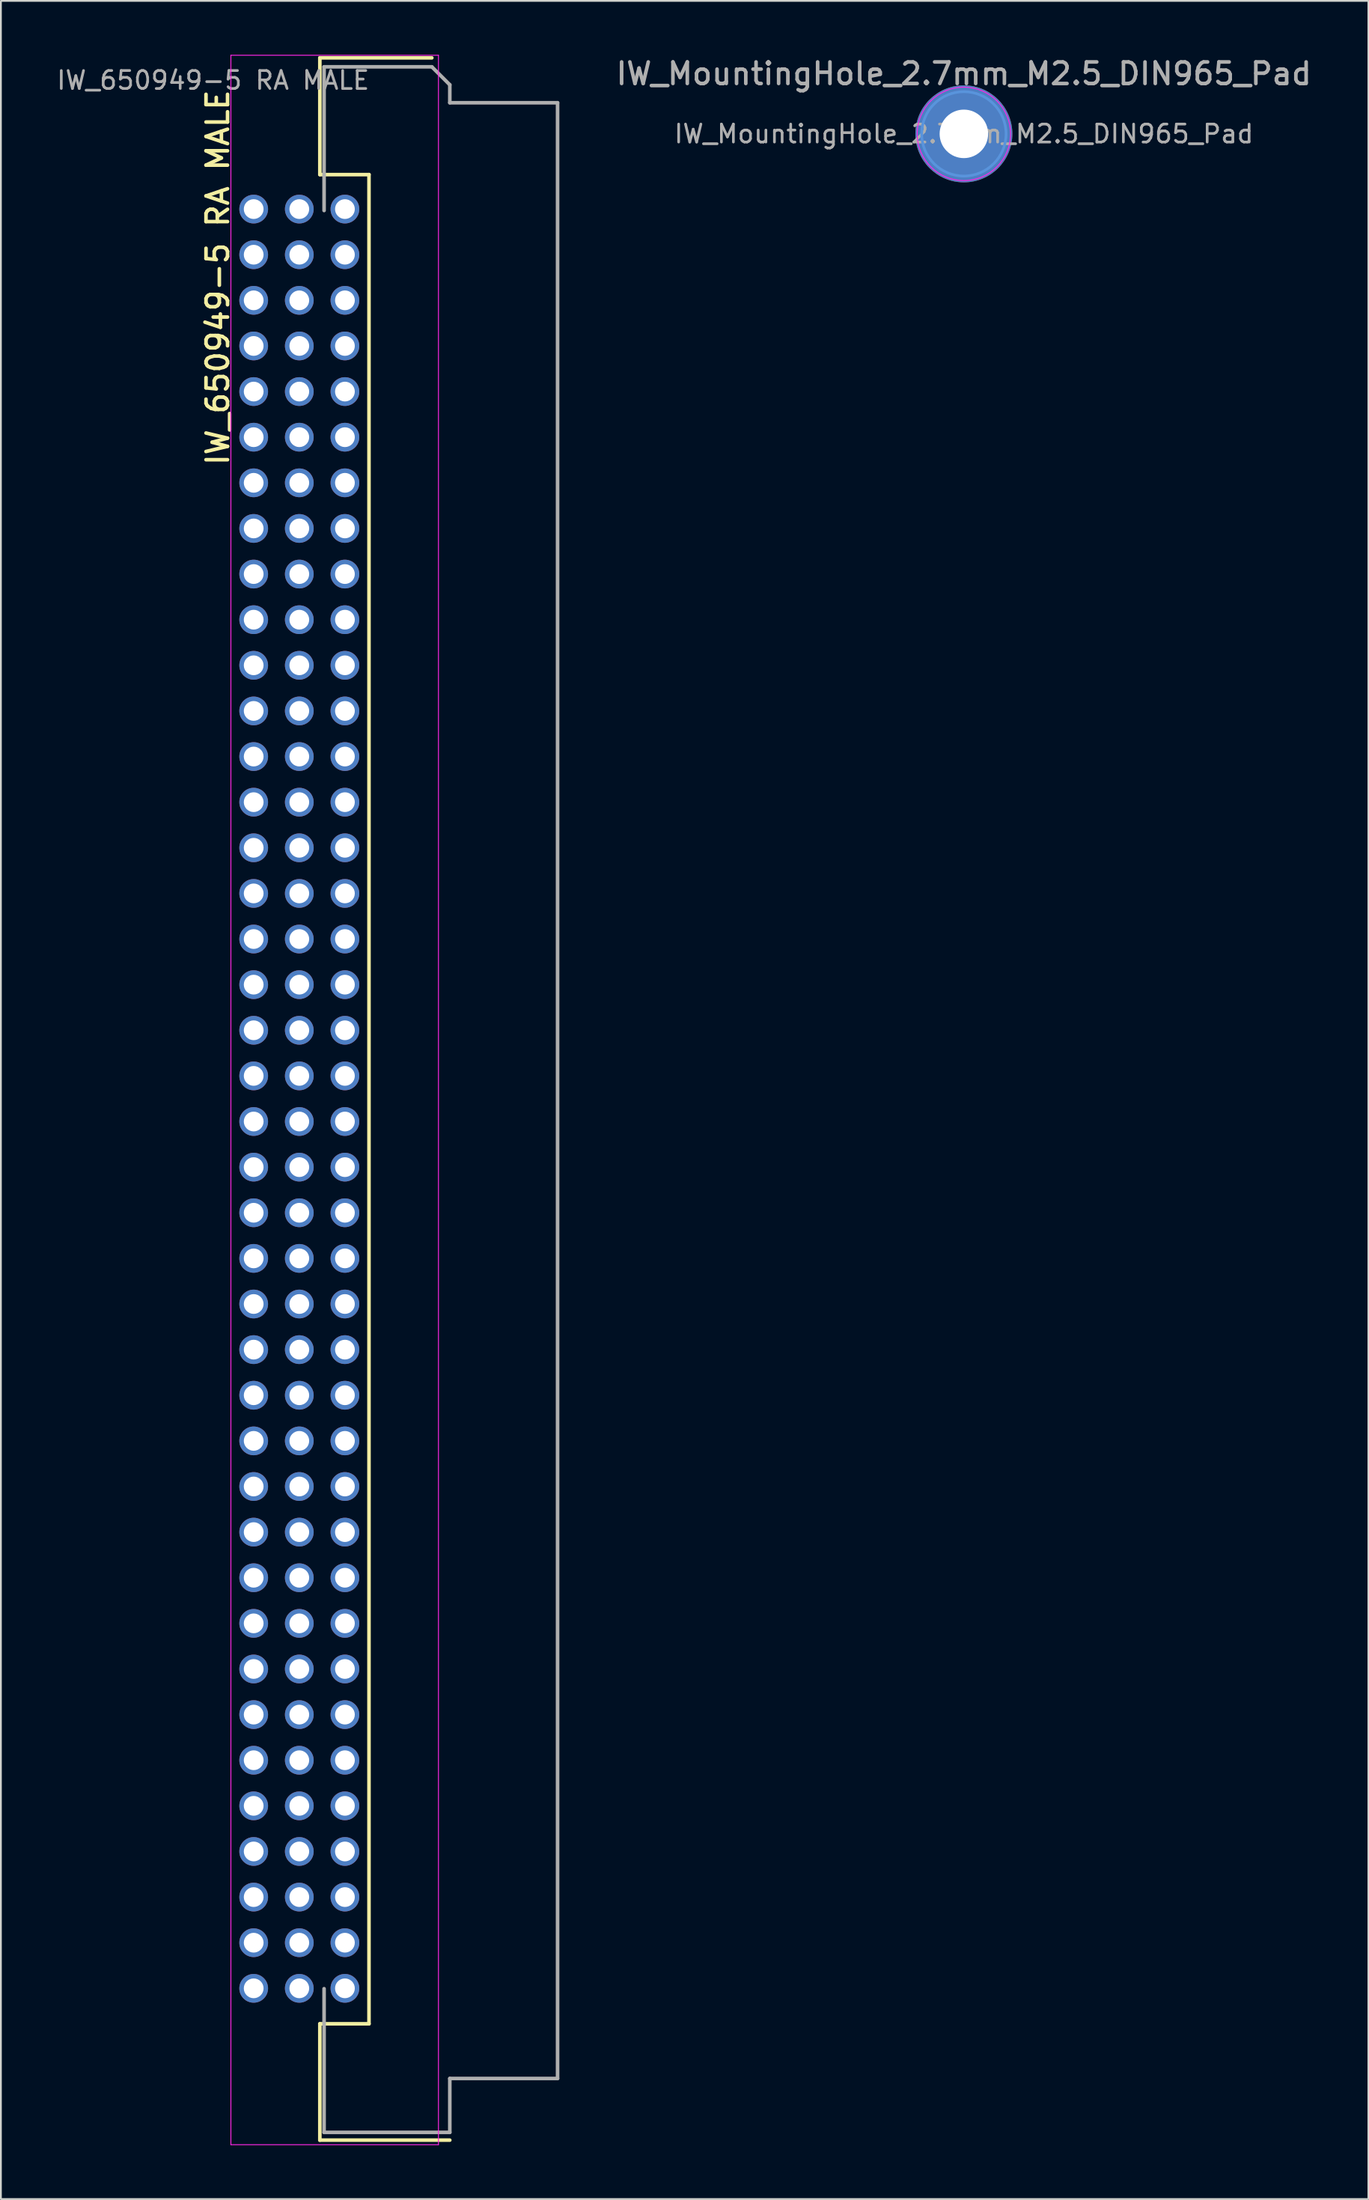
<source format=kicad_pcb>
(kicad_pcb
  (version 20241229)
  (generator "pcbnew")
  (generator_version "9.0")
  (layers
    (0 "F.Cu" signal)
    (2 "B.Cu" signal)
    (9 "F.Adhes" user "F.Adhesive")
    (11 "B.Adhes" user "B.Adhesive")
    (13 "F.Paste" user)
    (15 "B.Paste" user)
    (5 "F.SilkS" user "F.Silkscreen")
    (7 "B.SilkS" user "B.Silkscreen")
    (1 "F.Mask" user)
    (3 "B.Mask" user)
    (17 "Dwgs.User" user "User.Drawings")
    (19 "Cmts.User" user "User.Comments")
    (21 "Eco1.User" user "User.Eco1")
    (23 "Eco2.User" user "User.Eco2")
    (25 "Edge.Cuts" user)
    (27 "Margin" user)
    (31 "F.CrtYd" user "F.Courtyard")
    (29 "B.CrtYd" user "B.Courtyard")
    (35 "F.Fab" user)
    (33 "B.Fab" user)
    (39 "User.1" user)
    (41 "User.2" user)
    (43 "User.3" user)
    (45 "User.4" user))
  (footprint "IW_650949-5 RA MALE"
    (layer "F.Cu")
    (at 18.315 56.921)
    (property "Reference" "IW_650949-5 RA MALE" (at -9.24 -44.52 90) (unlocked yes) (layer "F.SilkS") (effects (font (size 1.2 1.2) (thickness 0.2) (bold yes))))
    (attr through_hole)
    (fp_line (start -3.556 -56.75) (end 2.68 -56.75) (stroke (width 0.2) (type default)) (layer "F.SilkS"))
    (fp_line (start -3.556 -50.25) (end -3.556 -56.75) (stroke (width 0.2) (type default)) (layer "F.SilkS"))
    (fp_line (start -3.556 52.705) (end -0.82 52.705) (stroke (width 0.2) (type default)) (layer "F.SilkS"))
    (fp_line (start -3.556 59.182) (end -3.556 52.705) (stroke (width 0.2) (type default)) (layer "F.SilkS"))
    (fp_line (start -0.82 -50.25) (end -3.556 -50.25) (stroke (width 0.2) (type default)) (layer "F.SilkS"))
    (fp_line (start -0.82 52.705) (end -0.82 -50.25) (stroke (width 0.2) (type default)) (layer "F.SilkS"))
    (fp_line (start 3.68 59.182) (end -3.556 59.182) (stroke (width 0.2) (type default)) (layer "F.SilkS"))
    (fp_line (start -8.509 -56.896) (end -8.509 59.436) (stroke (width 0.05) (type default)) (layer "F.CrtYd"))
    (fp_line (start -8.509 59.436) (end 3.048 59.436) (stroke (width 0.05) (type default)) (layer "F.CrtYd"))
    (fp_line (start 3.048 -56.896) (end -8.509 -56.896) (stroke (width 0.05) (type default)) (layer "F.CrtYd"))
    (fp_line (start 3.048 59.436) (end 3.048 -56.896) (stroke (width 0.05) (type default)) (layer "F.CrtYd"))
    (fp_line (start -3.32 -56.25) (end 2.68 -56.25) (stroke (width 0.2) (type default)) (layer "F.Fab"))
    (fp_line (start -3.32 -48.25) (end -3.32 -56.25) (stroke (width 0.2) (type default)) (layer "F.Fab"))
    (fp_line (start -3.32 50.75) (end -3.32 58.75) (stroke (width 0.2) (type default)) (layer "F.Fab"))
    (fp_line (start -3.32 58.75) (end 3.68 58.75) (stroke (width 0.2) (type default)) (layer "F.Fab"))
    (fp_line (start 2.68 -56.25) (end 3.68 -55.25) (stroke (width 0.2) (type default)) (layer "F.Fab"))
    (fp_line (start 3.68 -55.25) (end 3.68 -54.25) (stroke (width 0.2) (type default)) (layer "F.Fab"))
    (fp_line (start 3.68 -54.25) (end 9.68 -54.25) (stroke (width 0.2) (type default)) (layer "F.Fab"))
    (fp_line (start 3.68 55.75) (end 9.68 55.75) (stroke (width 0.2) (type default)) (layer "F.Fab"))
    (fp_line (start 3.68 58.75) (end 3.68 55.75) (stroke (width 0.2) (type default)) (layer "F.Fab"))
    (fp_line (start 9.68 55.75) (end 9.68 -54.25) (stroke (width 0.2) (type default)) (layer "F.Fab"))
    (fp_text user "${REFERENCE}" (at -9.5 -55.5 0) (unlocked yes) (layer "F.Fab") (effects (font (size 1 1) (thickness 0.15))))
    (pad "A1" thru_hole circle (at -2.16 -48.33) (size 1.6 1.6) (drill 1.1) (layers "*.Cu" "*.Mask"))
    (pad "A2" thru_hole circle (at -2.16 -45.79) (size 1.6 1.6) (drill 1.1) (layers "*.Cu" "*.Mask"))
    (pad "A3" thru_hole circle (at -2.16 -43.25) (size 1.6 1.6) (drill 1.1) (layers "*.Cu" "*.Mask"))
    (pad "A4" thru_hole circle (at -2.16 -40.71) (size 1.6 1.6) (drill 1.1) (layers "*.Cu" "*.Mask"))
    (pad "A5" thru_hole circle (at -2.16 -38.17) (size 1.6 1.6) (drill 1.1) (layers "*.Cu" "*.Mask"))
    (pad "A6" thru_hole circle (at -2.16 -35.63) (size 1.6 1.6) (drill 1.1) (layers "*.Cu" "*.Mask"))
    (pad "A7" thru_hole circle (at -2.16 -33.09) (size 1.6 1.6) (drill 1.1) (layers "*.Cu" "*.Mask"))
    (pad "A8" thru_hole circle (at -2.16 -30.55) (size 1.6 1.6) (drill 1.1) (layers "*.Cu" "*.Mask"))
    (pad "A9" thru_hole circle (at -2.16 -28.01) (size 1.6 1.6) (drill 1.1) (layers "*.Cu" "*.Mask"))
    (pad "A10" thru_hole circle (at -2.16 -25.47) (size 1.6 1.6) (drill 1.1) (layers "*.Cu" "*.Mask"))
    (pad "A11" thru_hole circle (at -2.16 -22.93) (size 1.6 1.6) (drill 1.1) (layers "*.Cu" "*.Mask"))
    (pad "A12" thru_hole circle (at -2.16 -20.39) (size 1.6 1.6) (drill 1.1) (layers "*.Cu" "*.Mask"))
    (pad "A13" thru_hole circle (at -2.16 -17.85) (size 1.6 1.6) (drill 1.1) (layers "*.Cu" "*.Mask"))
    (pad "A14" thru_hole circle (at -2.16 -15.31) (size 1.6 1.6) (drill 1.1) (layers "*.Cu" "*.Mask"))
    (pad "A15" thru_hole circle (at -2.16 -12.77) (size 1.6 1.6) (drill 1.1) (layers "*.Cu" "*.Mask"))
    (pad "A16" thru_hole circle (at -2.16 -10.23) (size 1.6 1.6) (drill 1.1) (layers "*.Cu" "*.Mask"))
    (pad "A17" thru_hole circle (at -2.16 -7.69) (size 1.6 1.6) (drill 1.1) (layers "*.Cu" "*.Mask"))
    (pad "A18" thru_hole circle (at -2.16 -5.15) (size 1.6 1.6) (drill 1.1) (layers "*.Cu" "*.Mask"))
    (pad "A19" thru_hole circle (at -2.16 -2.61) (size 1.6 1.6) (drill 1.1) (layers "*.Cu" "*.Mask"))
    (pad "A20" thru_hole circle (at -2.16 -0.07) (size 1.6 1.6) (drill 1.1) (layers "*.Cu" "*.Mask"))
    (pad "A21" thru_hole circle (at -2.16 2.47) (size 1.6 1.6) (drill 1.1) (layers "*.Cu" "*.Mask"))
    (pad "A22" thru_hole circle (at -2.16 5.01) (size 1.6 1.6) (drill 1.1) (layers "*.Cu" "*.Mask"))
    (pad "A23" thru_hole circle (at -2.16 7.55) (size 1.6 1.6) (drill 1.1) (layers "*.Cu" "*.Mask"))
    (pad "A24" thru_hole circle (at -2.16 10.09) (size 1.6 1.6) (drill 1.1) (layers "*.Cu" "*.Mask"))
    (pad "A25" thru_hole circle (at -2.16 12.63) (size 1.6 1.6) (drill 1.1) (layers "*.Cu" "*.Mask"))
    (pad "A26" thru_hole circle (at -2.16 15.17) (size 1.6 1.6) (drill 1.1) (layers "*.Cu" "*.Mask"))
    (pad "A27" thru_hole circle (at -2.16 17.71) (size 1.6 1.6) (drill 1.1) (layers "*.Cu" "*.Mask"))
    (pad "A28" thru_hole circle (at -2.16 20.25) (size 1.6 1.6) (drill 1.1) (layers "*.Cu" "*.Mask"))
    (pad "A29" thru_hole circle (at -2.16 22.79) (size 1.6 1.6) (drill 1.1) (layers "*.Cu" "*.Mask"))
    (pad "A30" thru_hole circle (at -2.16 25.33) (size 1.6 1.6) (drill 1.1) (layers "*.Cu" "*.Mask"))
    (pad "A31" thru_hole circle (at -2.16 27.87) (size 1.6 1.6) (drill 1.1) (layers "*.Cu" "*.Mask"))
    (pad "A32" thru_hole circle (at -2.16 30.41) (size 1.6 1.6) (drill 1.1) (layers "*.Cu" "*.Mask"))
    (pad "A33" thru_hole circle (at -2.16 32.95) (size 1.6 1.6) (drill 1.1) (layers "*.Cu" "*.Mask"))
    (pad "A34" thru_hole circle (at -2.16 35.49) (size 1.6 1.6) (drill 1.1) (layers "*.Cu" "*.Mask"))
    (pad "A35" thru_hole circle (at -2.16 38.03) (size 1.6 1.6) (drill 1.1) (layers "*.Cu" "*.Mask"))
    (pad "A36" thru_hole circle (at -2.16 40.57) (size 1.6 1.6) (drill 1.1) (layers "*.Cu" "*.Mask"))
    (pad "A37" thru_hole circle (at -2.16 43.11) (size 1.6 1.6) (drill 1.1) (layers "*.Cu" "*.Mask"))
    (pad "A38" thru_hole circle (at -2.16 45.65) (size 1.6 1.6) (drill 1.1) (layers "*.Cu" "*.Mask"))
    (pad "A39" thru_hole circle (at -2.16 48.19) (size 1.6 1.6) (drill 1.1) (layers "*.Cu" "*.Mask"))
    (pad "A40" thru_hole circle (at -2.16 50.73) (size 1.6 1.6) (drill 1.1) (layers "*.Cu" "*.Mask"))
    (pad "B1" thru_hole circle (at -4.7 -48.33) (size 1.6 1.6) (drill 1.1) (layers "*.Cu" "*.Mask"))
    (pad "B2" thru_hole circle (at -4.7 -45.79) (size 1.6 1.6) (drill 1.1) (layers "*.Cu" "*.Mask"))
    (pad "B3" thru_hole circle (at -4.7 -43.25) (size 1.6 1.6) (drill 1.1) (layers "*.Cu" "*.Mask"))
    (pad "B4" thru_hole circle (at -4.7 -40.71) (size 1.6 1.6) (drill 1.1) (layers "*.Cu" "*.Mask"))
    (pad "B5" thru_hole circle (at -4.7 -38.17) (size 1.6 1.6) (drill 1.1) (layers "*.Cu" "*.Mask"))
    (pad "B6" thru_hole circle (at -4.7 -35.63) (size 1.6 1.6) (drill 1.1) (layers "*.Cu" "*.Mask"))
    (pad "B7" thru_hole circle (at -4.7 -33.09) (size 1.6 1.6) (drill 1.1) (layers "*.Cu" "*.Mask"))
    (pad "B8" thru_hole circle (at -4.7 -30.55) (size 1.6 1.6) (drill 1.1) (layers "*.Cu" "*.Mask"))
    (pad "B9" thru_hole circle (at -4.7 -28.01) (size 1.6 1.6) (drill 1.1) (layers "*.Cu" "*.Mask"))
    (pad "B10" thru_hole circle (at -4.7 -25.47) (size 1.6 1.6) (drill 1.1) (layers "*.Cu" "*.Mask"))
    (pad "B11" thru_hole circle (at -4.7 -22.93) (size 1.6 1.6) (drill 1.1) (layers "*.Cu" "*.Mask"))
    (pad "B12" thru_hole circle (at -4.7 -20.39) (size 1.6 1.6) (drill 1.1) (layers "*.Cu" "*.Mask"))
    (pad "B13" thru_hole circle (at -4.7 -17.85) (size 1.6 1.6) (drill 1.1) (layers "*.Cu" "*.Mask"))
    (pad "B14" thru_hole circle (at -4.7 -15.31) (size 1.6 1.6) (drill 1.1) (layers "*.Cu" "*.Mask"))
    (pad "B15" thru_hole circle (at -4.7 -12.77) (size 1.6 1.6) (drill 1.1) (layers "*.Cu" "*.Mask"))
    (pad "B16" thru_hole circle (at -4.7 -10.23) (size 1.6 1.6) (drill 1.1) (layers "*.Cu" "*.Mask"))
    (pad "B17" thru_hole circle (at -4.7 -7.69) (size 1.6 1.6) (drill 1.1) (layers "*.Cu" "*.Mask"))
    (pad "B18" thru_hole circle (at -4.7 -5.15) (size 1.6 1.6) (drill 1.1) (layers "*.Cu" "*.Mask"))
    (pad "B19" thru_hole circle (at -4.7 -2.61) (size 1.6 1.6) (drill 1.1) (layers "*.Cu" "*.Mask"))
    (pad "B20" thru_hole circle (at -4.7 -0.07) (size 1.6 1.6) (drill 1.1) (layers "*.Cu" "*.Mask"))
    (pad "B21" thru_hole circle (at -4.7 2.47) (size 1.6 1.6) (drill 1.1) (layers "*.Cu" "*.Mask"))
    (pad "B22" thru_hole circle (at -4.7 5.01) (size 1.6 1.6) (drill 1.1) (layers "*.Cu" "*.Mask"))
    (pad "B23" thru_hole circle (at -4.7 7.55) (size 1.6 1.6) (drill 1.1) (layers "*.Cu" "*.Mask"))
    (pad "B24" thru_hole circle (at -4.7 10.09) (size 1.6 1.6) (drill 1.1) (layers "*.Cu" "*.Mask"))
    (pad "B25" thru_hole circle (at -4.7 12.63) (size 1.6 1.6) (drill 1.1) (layers "*.Cu" "*.Mask"))
    (pad "B26" thru_hole circle (at -4.7 15.17) (size 1.6 1.6) (drill 1.1) (layers "*.Cu" "*.Mask"))
    (pad "B27" thru_hole circle (at -4.7 17.71) (size 1.6 1.6) (drill 1.1) (layers "*.Cu" "*.Mask"))
    (pad "B28" thru_hole circle (at -4.7 20.25) (size 1.6 1.6) (drill 1.1) (layers "*.Cu" "*.Mask"))
    (pad "B29" thru_hole circle (at -4.7 22.79) (size 1.6 1.6) (drill 1.1) (layers "*.Cu" "*.Mask"))
    (pad "B30" thru_hole circle (at -4.7 25.33) (size 1.6 1.6) (drill 1.1) (layers "*.Cu" "*.Mask"))
    (pad "B31" thru_hole circle (at -4.7 27.87) (size 1.6 1.6) (drill 1.1) (layers "*.Cu" "*.Mask"))
    (pad "B32" thru_hole circle (at -4.7 30.41) (size 1.6 1.6) (drill 1.1) (layers "*.Cu" "*.Mask"))
    (pad "B33" thru_hole circle (at -4.7 32.95) (size 1.6 1.6) (drill 1.1) (layers "*.Cu" "*.Mask"))
    (pad "B34" thru_hole circle (at -4.7 35.49) (size 1.6 1.6) (drill 1.1) (layers "*.Cu" "*.Mask"))
    (pad "B35" thru_hole circle (at -4.7 38.03) (size 1.6 1.6) (drill 1.1) (layers "*.Cu" "*.Mask"))
    (pad "B36" thru_hole circle (at -4.7 40.57) (size 1.6 1.6) (drill 1.1) (layers "*.Cu" "*.Mask"))
    (pad "B37" thru_hole circle (at -4.7 43.11) (size 1.6 1.6) (drill 1.1) (layers "*.Cu" "*.Mask"))
    (pad "B38" thru_hole circle (at -4.7 45.65) (size 1.6 1.6) (drill 1.1) (layers "*.Cu" "*.Mask"))
    (pad "B39" thru_hole circle (at -4.7 48.19) (size 1.6 1.6) (drill 1.1) (layers "*.Cu" "*.Mask"))
    (pad "B40" thru_hole circle (at -4.7 50.73) (size 1.6 1.6) (drill 1.1) (layers "*.Cu" "*.Mask"))
    (pad "C1" thru_hole circle (at -7.24 -48.33) (size 1.6 1.6) (drill 1.1) (layers "*.Cu" "*.Mask"))
    (pad "C2" thru_hole circle (at -7.24 -45.79) (size 1.6 1.6) (drill 1.1) (layers "*.Cu" "*.Mask"))
    (pad "C3" thru_hole circle (at -7.24 -43.25) (size 1.6 1.6) (drill 1.1) (layers "*.Cu" "*.Mask"))
    (pad "C4" thru_hole circle (at -7.24 -40.71) (size 1.6 1.6) (drill 1.1) (layers "*.Cu" "*.Mask"))
    (pad "C5" thru_hole circle (at -7.24 -38.17) (size 1.6 1.6) (drill 1.1) (layers "*.Cu" "*.Mask"))
    (pad "C6" thru_hole circle (at -7.24 -35.63) (size 1.6 1.6) (drill 1.1) (layers "*.Cu" "*.Mask"))
    (pad "C7" thru_hole circle (at -7.24 -33.09) (size 1.6 1.6) (drill 1.1) (layers "*.Cu" "*.Mask"))
    (pad "C8" thru_hole circle (at -7.24 -30.55) (size 1.6 1.6) (drill 1.1) (layers "*.Cu" "*.Mask"))
    (pad "C9" thru_hole circle (at -7.24 -28.01) (size 1.6 1.6) (drill 1.1) (layers "*.Cu" "*.Mask"))
    (pad "C10" thru_hole circle (at -7.24 -25.47) (size 1.6 1.6) (drill 1.1) (layers "*.Cu" "*.Mask"))
    (pad "C11" thru_hole circle (at -7.24 -22.93) (size 1.6 1.6) (drill 1.1) (layers "*.Cu" "*.Mask"))
    (pad "C12" thru_hole circle (at -7.24 -20.39) (size 1.6 1.6) (drill 1.1) (layers "*.Cu" "*.Mask"))
    (pad "C13" thru_hole circle (at -7.24 -17.85) (size 1.6 1.6) (drill 1.1) (layers "*.Cu" "*.Mask"))
    (pad "C14" thru_hole circle (at -7.24 -15.31) (size 1.6 1.6) (drill 1.1) (layers "*.Cu" "*.Mask"))
    (pad "C15" thru_hole circle (at -7.24 -12.77) (size 1.6 1.6) (drill 1.1) (layers "*.Cu" "*.Mask"))
    (pad "C16" thru_hole circle (at -7.24 -10.23) (size 1.6 1.6) (drill 1.1) (layers "*.Cu" "*.Mask"))
    (pad "C17" thru_hole circle (at -7.24 -7.69) (size 1.6 1.6) (drill 1.1) (layers "*.Cu" "*.Mask"))
    (pad "C18" thru_hole circle (at -7.24 -5.15) (size 1.6 1.6) (drill 1.1) (layers "*.Cu" "*.Mask"))
    (pad "C19" thru_hole circle (at -7.24 -2.61) (size 1.6 1.6) (drill 1.1) (layers "*.Cu" "*.Mask"))
    (pad "C20" thru_hole circle (at -7.24 -0.07) (size 1.6 1.6) (drill 1.1) (layers "*.Cu" "*.Mask"))
    (pad "C21" thru_hole circle (at -7.24 2.47) (size 1.6 1.6) (drill 1.1) (layers "*.Cu" "*.Mask"))
    (pad "C22" thru_hole circle (at -7.24 5.01) (size 1.6 1.6) (drill 1.1) (layers "*.Cu" "*.Mask"))
    (pad "C23" thru_hole circle (at -7.24 7.55) (size 1.6 1.6) (drill 1.1) (layers "*.Cu" "*.Mask"))
    (pad "C24" thru_hole circle (at -7.24 10.09) (size 1.6 1.6) (drill 1.1) (layers "*.Cu" "*.Mask"))
    (pad "C25" thru_hole circle (at -7.24 12.63) (size 1.6 1.6) (drill 1.1) (layers "*.Cu" "*.Mask"))
    (pad "C26" thru_hole circle (at -7.24 15.17) (size 1.6 1.6) (drill 1.1) (layers "*.Cu" "*.Mask"))
    (pad "C27" thru_hole circle (at -7.24 17.71) (size 1.6 1.6) (drill 1.1) (layers "*.Cu" "*.Mask"))
    (pad "C28" thru_hole circle (at -7.24 20.25) (size 1.6 1.6) (drill 1.1) (layers "*.Cu" "*.Mask"))
    (pad "C29" thru_hole circle (at -7.24 22.79) (size 1.6 1.6) (drill 1.1) (layers "*.Cu" "*.Mask"))
    (pad "C30" thru_hole circle (at -7.24 25.33) (size 1.6 1.6) (drill 1.1) (layers "*.Cu" "*.Mask"))
    (pad "C31" thru_hole circle (at -7.24 27.87) (size 1.6 1.6) (drill 1.1) (layers "*.Cu" "*.Mask"))
    (pad "C32" thru_hole circle (at -7.24 30.41) (size 1.6 1.6) (drill 1.1) (layers "*.Cu" "*.Mask"))
    (pad "C33" thru_hole circle (at -7.24 32.95) (size 1.6 1.6) (drill 1.1) (layers "*.Cu" "*.Mask"))
    (pad "C34" thru_hole circle (at -7.24 35.49) (size 1.6 1.6) (drill 1.1) (layers "*.Cu" "*.Mask"))
    (pad "C35" thru_hole circle (at -7.24 38.03) (size 1.6 1.6) (drill 1.1) (layers "*.Cu" "*.Mask"))
    (pad "C36" thru_hole circle (at -7.24 40.57) (size 1.6 1.6) (drill 1.1) (layers "*.Cu" "*.Mask"))
    (pad "C37" thru_hole circle (at -7.24 43.11) (size 1.6 1.6) (drill 1.1) (layers "*.Cu" "*.Mask"))
    (pad "C38" thru_hole circle (at -7.24 45.65) (size 1.6 1.6) (drill 1.1) (layers "*.Cu" "*.Mask"))
    (pad "C39" thru_hole circle (at -7.24 48.19) (size 1.6 1.6) (drill 1.1) (layers "*.Cu" "*.Mask"))
    (pad "C40" thru_hole circle (at -7.24 50.73) (size 1.6 1.6) (drill 1.1) (layers "*.Cu" "*.Mask")))
  (footprint "IW_MountingHole_2.7mm_M2.5_DIN965_Pad"
    (layer "F.Cu")
    (at 50.618 4.403)
    (property "Reference" "IW_MountingHole_2.7mm_M2.5_DIN965_Pad" (at 0 -3.35 0) (layer "F.Fab") (effects (font (size 1.2 1.2) (thickness 0.2))))
    (attr exclude_from_pos_files)
    (fp_circle (center 0 0) (end 2.35 0) (stroke (width 0.15) (type solid)) (fill no) (layer "Cmts.User"))
    (fp_circle (center 0 0) (end 2.6 0) (stroke (width 0.05) (type solid)) (fill no) (layer "F.CrtYd"))
    (fp_text user "${REFERENCE}" (at 0 0 0) (layer "F.Fab") (effects (font (size 1 1) (thickness 0.15))))
    (pad "1" thru_hole circle (at 0 0) (size 5.4 5.4) (drill 2.7) (layers "*.Cu" "*.Mask")))
  (gr_rect
    (start -3 -3)
    (end 73.141 119.382)
    (stroke (width 0.1) (type default))
    (fill no)
    (layer "Edge.Cuts")))
</source>
